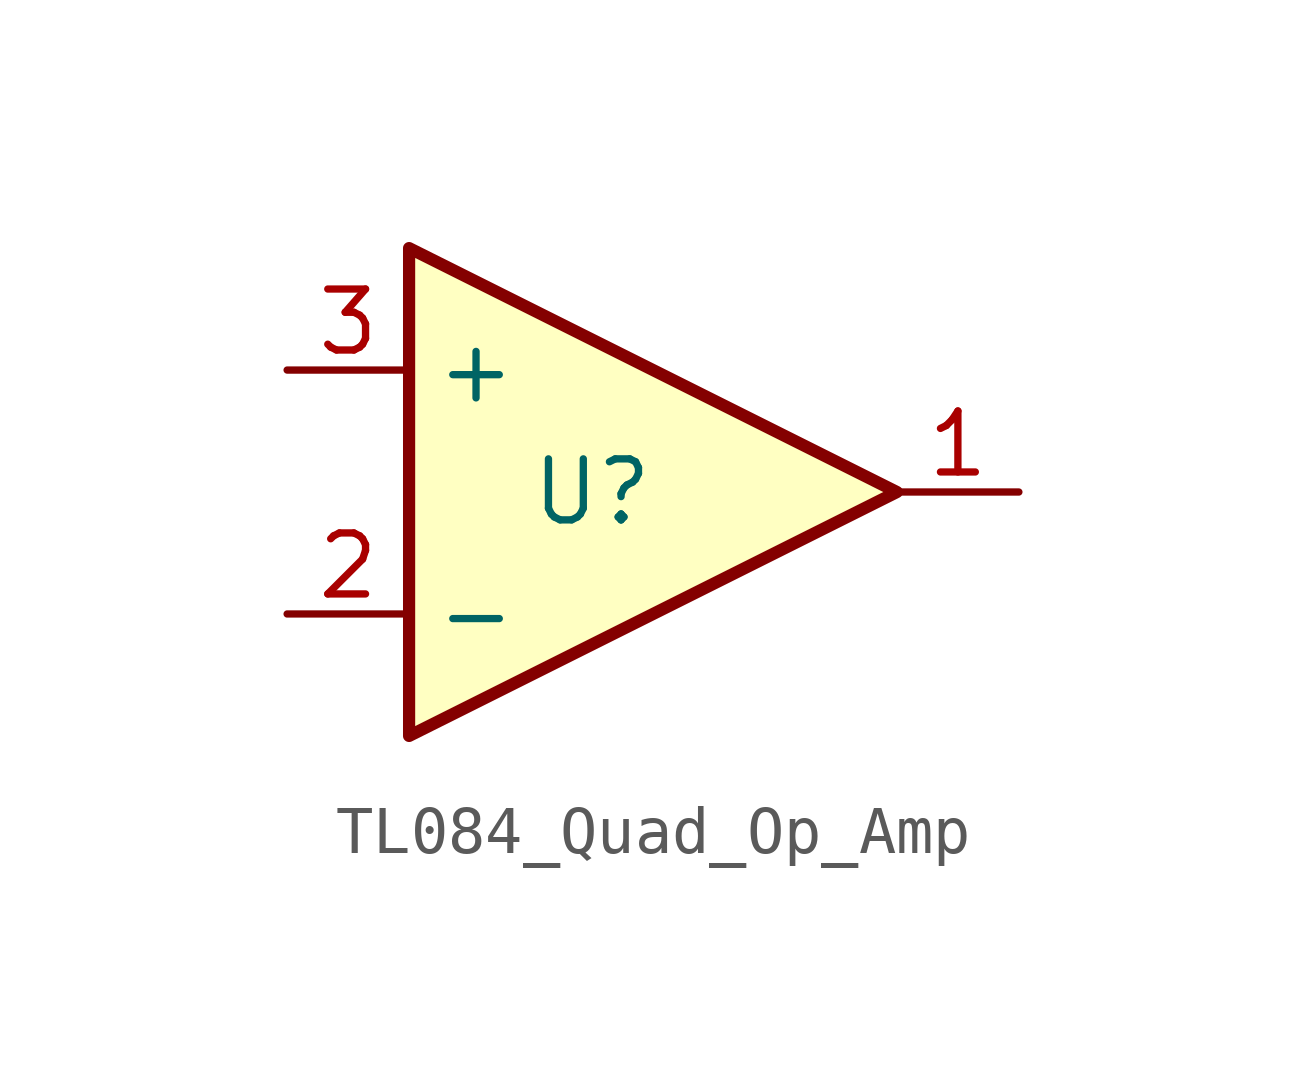
<source format=kicad_sym>
(kicad_symbol_lib
  (version 20241209)
  (generator "kicad_symbol_editor")
  (generator_version "9.0")
  (symbol "TL084_Quad_Op_Amp"
    (property "Reference" "U"
      (at 0 0 0)
      (effects (font (size 1.27 1.27))))
    (property "Value" ""
      (at 0 0 0)
      (effects (font (size 1.27 1.27))))
    (symbol "TL084_Quad_Op_Amp_1_1"
      (polyline (pts (xy -3.81 5.08) (xy 6.35 0) (xy -3.81 -5.08) (xy -3.81 5.08)) (stroke (width 0.254) (type default)) (fill (type background)))
      (pin input line (at -6.35 2.54 0) (length 2.54) (name "+" (effects (font (size 1.27 1.27)))) (number "3" (effects (font (size 1.27 1.27)))))
      (pin input line (at -6.35 -2.54 0) (length 2.54) (name "-" (effects (font (size 1.27 1.27)))) (number "2" (effects (font (size 1.27 1.27)))))
      (pin output line (at 8.89 0 180) (length 2.54) (name "~" (effects (font (size 1.27 1.27)))) (number "1" (effects (font (size 1.27 1.27))))))))
</source>
